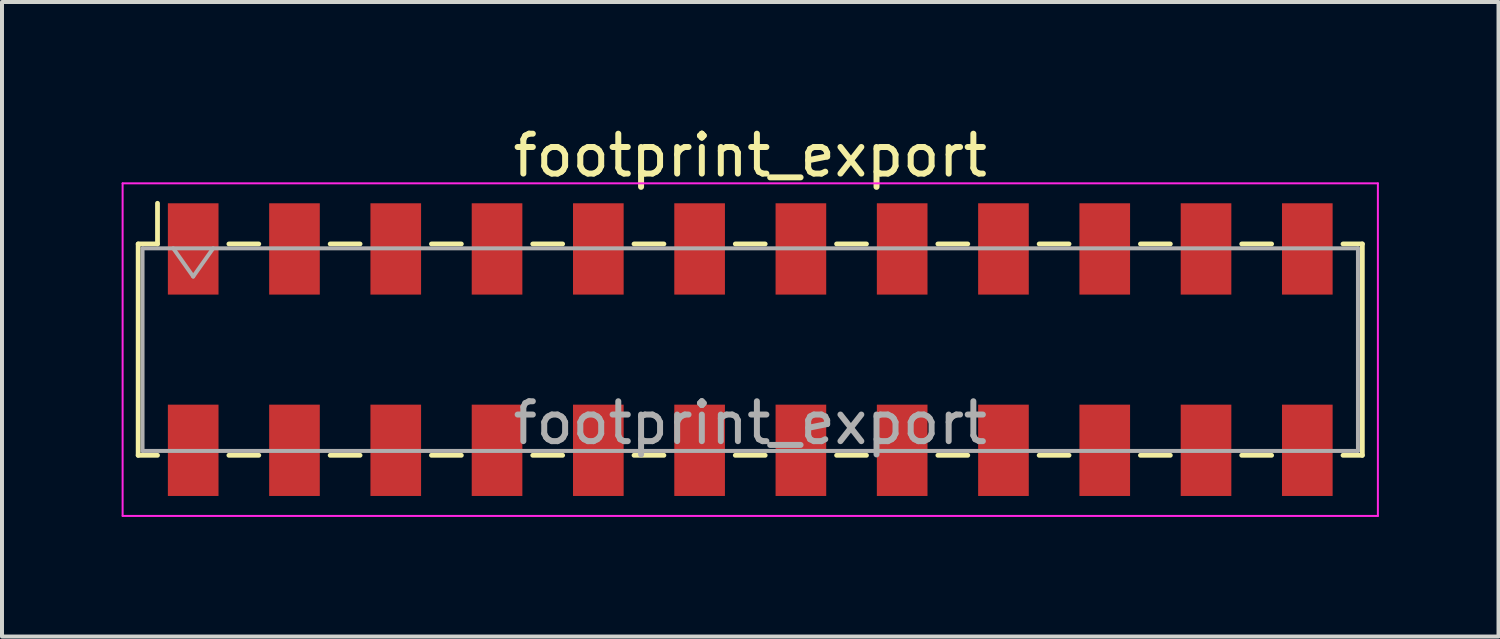
<source format=kicad_pcb>
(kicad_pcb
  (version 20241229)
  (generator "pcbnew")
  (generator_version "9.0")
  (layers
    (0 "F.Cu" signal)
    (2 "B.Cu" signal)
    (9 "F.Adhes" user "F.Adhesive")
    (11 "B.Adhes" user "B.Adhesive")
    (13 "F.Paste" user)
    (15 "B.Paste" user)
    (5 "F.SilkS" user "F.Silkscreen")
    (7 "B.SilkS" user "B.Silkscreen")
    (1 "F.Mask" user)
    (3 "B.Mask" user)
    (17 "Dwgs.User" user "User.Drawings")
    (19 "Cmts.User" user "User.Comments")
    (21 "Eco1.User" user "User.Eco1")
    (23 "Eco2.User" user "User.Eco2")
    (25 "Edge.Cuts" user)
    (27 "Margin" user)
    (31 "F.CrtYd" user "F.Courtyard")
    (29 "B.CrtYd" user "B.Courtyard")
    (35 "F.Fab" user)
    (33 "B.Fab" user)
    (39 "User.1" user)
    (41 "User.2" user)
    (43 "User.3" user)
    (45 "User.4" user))
  (footprint "footprint_export"
    (layer "F.Cu")
    (at 15.765 5.718)
    (property "Reference" "footprint_export" (at 0 -4.87 0) (layer "F.SilkS") (effects (font (size 1 1) (thickness 0.15))))
    (attr smd)
    (fp_line (start -15.35 -2.65) (end -15.35 2.65) (stroke (width 0.12) (type solid)) (layer "F.SilkS"))
    (fp_line (start -15.35 2.65) (end -14.865 2.65) (stroke (width 0.12) (type solid)) (layer "F.SilkS"))
    (fp_line (start -14.865 -3.67) (end -14.865 -2.65) (stroke (width 0.12) (type solid)) (layer "F.SilkS"))
    (fp_line (start -14.865 -2.65) (end -15.35 -2.65) (stroke (width 0.12) (type solid)) (layer "F.SilkS"))
    (fp_line (start -13.075 -2.65) (end -12.325 -2.65) (stroke (width 0.12) (type solid)) (layer "F.SilkS"))
    (fp_line (start -13.075 2.65) (end -12.325 2.65) (stroke (width 0.12) (type solid)) (layer "F.SilkS"))
    (fp_line (start -10.535 -2.65) (end -9.785 -2.65) (stroke (width 0.12) (type solid)) (layer "F.SilkS"))
    (fp_line (start -10.535 2.65) (end -9.785 2.65) (stroke (width 0.12) (type solid)) (layer "F.SilkS"))
    (fp_line (start -7.995 -2.65) (end -7.245 -2.65) (stroke (width 0.12) (type solid)) (layer "F.SilkS"))
    (fp_line (start -7.995 2.65) (end -7.245 2.65) (stroke (width 0.12) (type solid)) (layer "F.SilkS"))
    (fp_line (start -5.455 -2.65) (end -4.705 -2.65) (stroke (width 0.12) (type solid)) (layer "F.SilkS"))
    (fp_line (start -5.455 2.65) (end -4.705 2.65) (stroke (width 0.12) (type solid)) (layer "F.SilkS"))
    (fp_line (start -2.915 -2.65) (end -2.165 -2.65) (stroke (width 0.12) (type solid)) (layer "F.SilkS"))
    (fp_line (start -2.915 2.65) (end -2.165 2.65) (stroke (width 0.12) (type solid)) (layer "F.SilkS"))
    (fp_line (start -0.375 -2.65) (end 0.375 -2.65) (stroke (width 0.12) (type solid)) (layer "F.SilkS"))
    (fp_line (start -0.375 2.65) (end 0.375 2.65) (stroke (width 0.12) (type solid)) (layer "F.SilkS"))
    (fp_line (start 2.165 -2.65) (end 2.915 -2.65) (stroke (width 0.12) (type solid)) (layer "F.SilkS"))
    (fp_line (start 2.165 2.65) (end 2.915 2.65) (stroke (width 0.12) (type solid)) (layer "F.SilkS"))
    (fp_line (start 4.705 -2.65) (end 5.455 -2.65) (stroke (width 0.12) (type solid)) (layer "F.SilkS"))
    (fp_line (start 4.705 2.65) (end 5.455 2.65) (stroke (width 0.12) (type solid)) (layer "F.SilkS"))
    (fp_line (start 7.245 -2.65) (end 7.995 -2.65) (stroke (width 0.12) (type solid)) (layer "F.SilkS"))
    (fp_line (start 7.245 2.65) (end 7.995 2.65) (stroke (width 0.12) (type solid)) (layer "F.SilkS"))
    (fp_line (start 9.785 -2.65) (end 10.535 -2.65) (stroke (width 0.12) (type solid)) (layer "F.SilkS"))
    (fp_line (start 9.785 2.65) (end 10.535 2.65) (stroke (width 0.12) (type solid)) (layer "F.SilkS"))
    (fp_line (start 12.325 -2.65) (end 13.075 -2.65) (stroke (width 0.12) (type solid)) (layer "F.SilkS"))
    (fp_line (start 12.325 2.65) (end 13.075 2.65) (stroke (width 0.12) (type solid)) (layer "F.SilkS"))
    (fp_line (start 14.865 -2.65) (end 15.35 -2.65) (stroke (width 0.12) (type solid)) (layer "F.SilkS"))
    (fp_line (start 15.35 -2.65) (end 15.35 2.65) (stroke (width 0.12) (type solid)) (layer "F.SilkS"))
    (fp_line (start 15.35 2.65) (end 14.865 2.65) (stroke (width 0.12) (type solid)) (layer "F.SilkS"))
    (fp_line (start -15.74 -4.17) (end 15.74 -4.17) (stroke (width 0.05) (type solid)) (layer "F.CrtYd"))
    (fp_line (start -15.74 4.17) (end -15.74 -4.17) (stroke (width 0.05) (type solid)) (layer "F.CrtYd"))
    (fp_line (start 15.74 -4.17) (end 15.74 4.17) (stroke (width 0.05) (type solid)) (layer "F.CrtYd"))
    (fp_line (start 15.74 4.17) (end -15.74 4.17) (stroke (width 0.05) (type solid)) (layer "F.CrtYd"))
    (fp_line (start -15.24 -2.54) (end 15.24 -2.54) (stroke (width 0.1) (type solid)) (layer "F.Fab"))
    (fp_line (start -15.24 2.54) (end -15.24 -2.54) (stroke (width 0.1) (type solid)) (layer "F.Fab"))
    (fp_line (start -14.47 -2.54) (end -13.97 -1.833) (stroke (width 0.1) (type solid)) (layer "F.Fab"))
    (fp_line (start -13.97 -1.833) (end -13.47 -2.54) (stroke (width 0.1) (type solid)) (layer "F.Fab"))
    (fp_line (start 15.24 -2.54) (end 15.24 2.54) (stroke (width 0.1) (type solid)) (layer "F.Fab"))
    (fp_line (start 15.24 2.54) (end -15.24 2.54) (stroke (width 0.1) (type solid)) (layer "F.Fab"))
    (fp_text user "${REFERENCE}" (at 0 1.84 0) (layer "F.Fab") (effects (font (size 1 1) (thickness 0.15))))
    (pad "1" smd rect (at -13.97 -2.525) (size 1.27 2.29) (layers "F.Cu" "F.Mask" "F.Paste"))
    (pad "2" smd rect (at -13.97 2.525) (size 1.27 2.29) (layers "F.Cu" "F.Mask" "F.Paste"))
    (pad "3" smd rect (at -11.43 -2.525) (size 1.27 2.29) (layers "F.Cu" "F.Mask" "F.Paste"))
    (pad "4" smd rect (at -11.43 2.525) (size 1.27 2.29) (layers "F.Cu" "F.Mask" "F.Paste"))
    (pad "5" smd rect (at -8.89 -2.525) (size 1.27 2.29) (layers "F.Cu" "F.Mask" "F.Paste"))
    (pad "6" smd rect (at -8.89 2.525) (size 1.27 2.29) (layers "F.Cu" "F.Mask" "F.Paste"))
    (pad "7" smd rect (at -6.35 -2.525) (size 1.27 2.29) (layers "F.Cu" "F.Mask" "F.Paste"))
    (pad "8" smd rect (at -6.35 2.525) (size 1.27 2.29) (layers "F.Cu" "F.Mask" "F.Paste"))
    (pad "9" smd rect (at -3.81 -2.525) (size 1.27 2.29) (layers "F.Cu" "F.Mask" "F.Paste"))
    (pad "10" smd rect (at -3.81 2.525) (size 1.27 2.29) (layers "F.Cu" "F.Mask" "F.Paste"))
    (pad "11" smd rect (at -1.27 -2.525) (size 1.27 2.29) (layers "F.Cu" "F.Mask" "F.Paste"))
    (pad "12" smd rect (at -1.27 2.525) (size 1.27 2.29) (layers "F.Cu" "F.Mask" "F.Paste"))
    (pad "13" smd rect (at 1.27 -2.525) (size 1.27 2.29) (layers "F.Cu" "F.Mask" "F.Paste"))
    (pad "14" smd rect (at 1.27 2.525) (size 1.27 2.29) (layers "F.Cu" "F.Mask" "F.Paste"))
    (pad "15" smd rect (at 3.81 -2.525) (size 1.27 2.29) (layers "F.Cu" "F.Mask" "F.Paste"))
    (pad "16" smd rect (at 3.81 2.525) (size 1.27 2.29) (layers "F.Cu" "F.Mask" "F.Paste"))
    (pad "17" smd rect (at 6.35 -2.525) (size 1.27 2.29) (layers "F.Cu" "F.Mask" "F.Paste"))
    (pad "18" smd rect (at 6.35 2.525) (size 1.27 2.29) (layers "F.Cu" "F.Mask" "F.Paste"))
    (pad "19" smd rect (at 8.89 -2.525) (size 1.27 2.29) (layers "F.Cu" "F.Mask" "F.Paste"))
    (pad "20" smd rect (at 8.89 2.525) (size 1.27 2.29) (layers "F.Cu" "F.Mask" "F.Paste"))
    (pad "21" smd rect (at 11.43 -2.525) (size 1.27 2.29) (layers "F.Cu" "F.Mask" "F.Paste"))
    (pad "22" smd rect (at 11.43 2.525) (size 1.27 2.29) (layers "F.Cu" "F.Mask" "F.Paste"))
    (pad "23" smd rect (at 13.97 -2.525) (size 1.27 2.29) (layers "F.Cu" "F.Mask" "F.Paste"))
    (pad "24" smd rect (at 13.97 2.525) (size 1.27 2.29) (layers "F.Cu" "F.Mask" "F.Paste")))
  (gr_rect
    (start -3 -3)
    (end 34.53 12.913)
    (stroke (width 0.1) (type default))
    (fill no)
    (layer "Edge.Cuts")))
</source>
